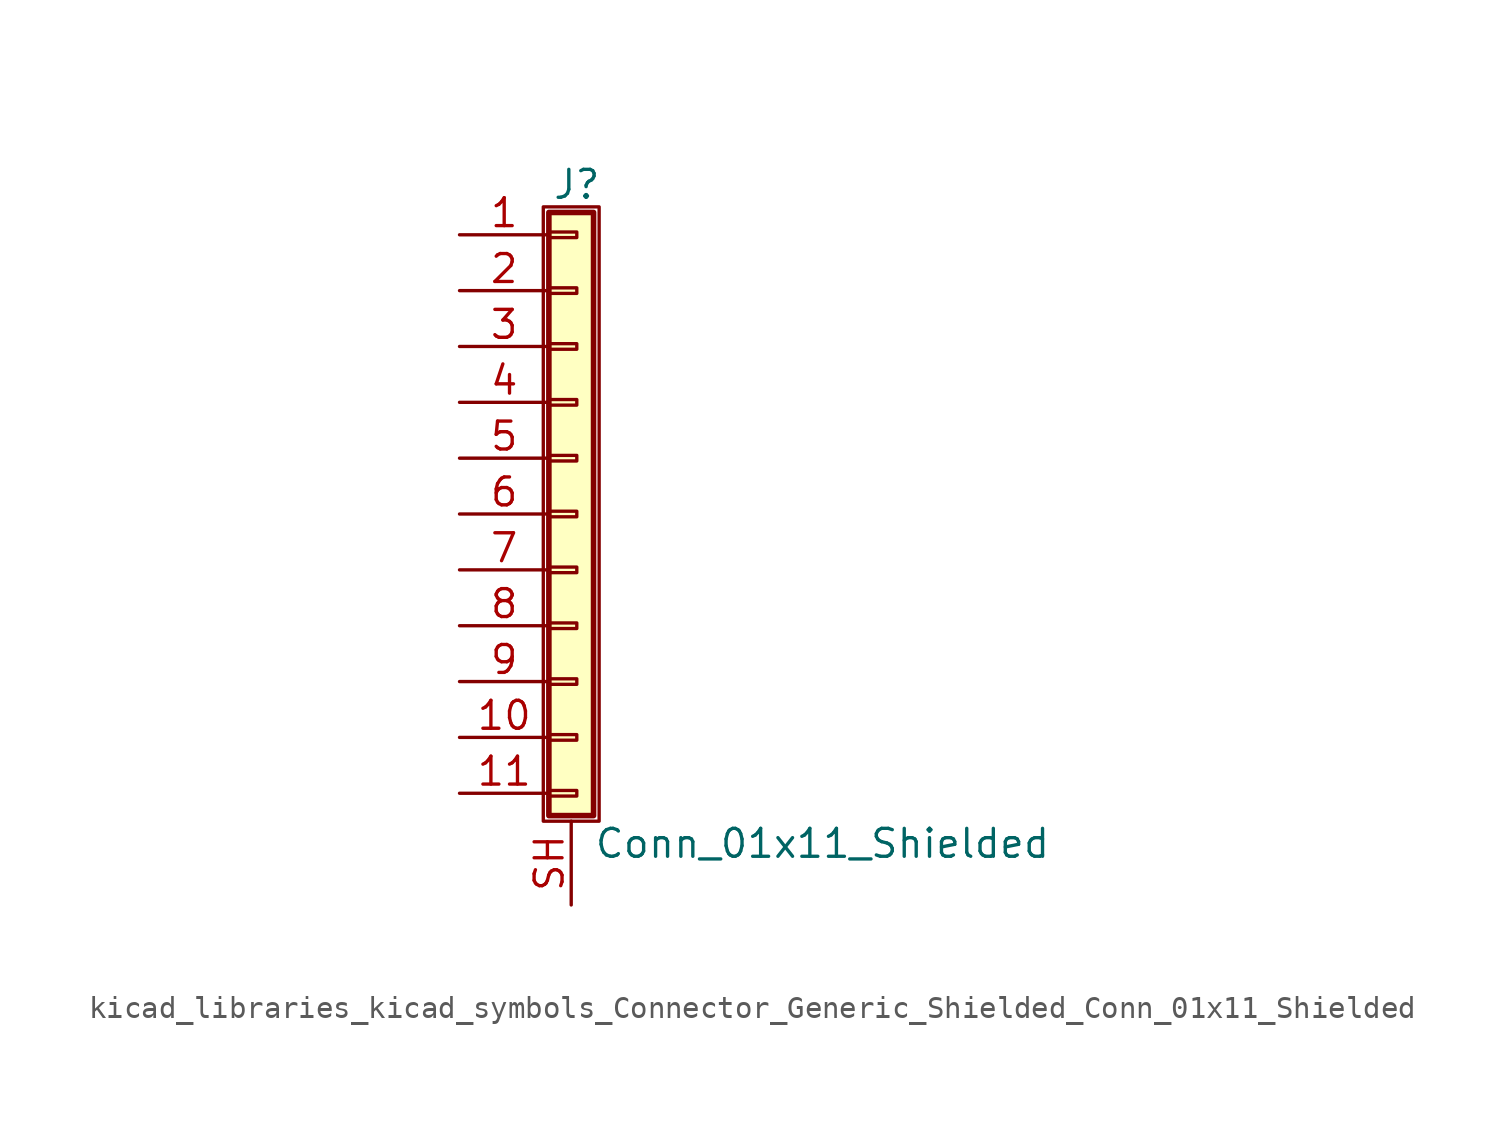
<source format=kicad_sym>
(kicad_symbol_lib
  (version 20220914)
  (generator kicad_symbol_editor)
  (symbol "kicad_libraries_kicad_symbols_Connector_Generic_Shielded_Conn_01x11_Shielded"
    (pin_names
      (offset 1.016) hide)
    (property "Reference" "J"
      (at 0.254 14.986 0)
      (effects (font (size 1.27 1.27))))
    (property "Value" "Conn_01x11_Shielded"
      (at 1.016 -14.986 0)
      (effects (font (size 1.27 1.27)) (justify left)))
    (symbol "kicad_libraries_kicad_symbols_Connector_Generic_Shielded_Conn_01x11_Shielded_1_1"
      (rectangle (start -1.27 13.97) (end 1.27 -13.97) (stroke (width 0.152) (type default)) (fill (type none)))
      (rectangle (start -1.016 -12.573) (end 0.254 -12.827) (stroke (width 0.152) (type default)) (fill (type none)))
      (rectangle (start -1.016 -10.033) (end 0.254 -10.287) (stroke (width 0.152) (type default)) (fill (type none)))
      (rectangle (start -1.016 -7.493) (end 0.254 -7.747) (stroke (width 0.152) (type default)) (fill (type none)))
      (rectangle (start -1.016 -4.953) (end 0.254 -5.207) (stroke (width 0.152) (type default)) (fill (type none)))
      (rectangle (start -1.016 -2.413) (end 0.254 -2.667) (stroke (width 0.152) (type default)) (fill (type none)))
      (rectangle (start -1.016 0.127) (end 0.254 -0.127) (stroke (width 0.152) (type default)) (fill (type none)))
      (rectangle (start -1.016 2.667) (end 0.254 2.413) (stroke (width 0.152) (type default)) (fill (type none)))
      (rectangle (start -1.016 5.207) (end 0.254 4.953) (stroke (width 0.152) (type default)) (fill (type none)))
      (rectangle (start -1.016 7.747) (end 0.254 7.493) (stroke (width 0.152) (type default)) (fill (type none)))
      (rectangle (start -1.016 10.287) (end 0.254 10.033) (stroke (width 0.152) (type default)) (fill (type none)))
      (rectangle (start -1.016 12.827) (end 0.254 12.573) (stroke (width 0.152) (type default)) (fill (type none)))
      (rectangle (start -1.016 13.716) (end 1.016 -13.716) (stroke (width 0.254) (type default)) (fill (type background)))
      (pin passive line (at -5.08 12.7 0) (length 4.064) (name "Pin_1" (effects (font (size 1.27 1.27)))) (number "1" (effects (font (size 1.27 1.27)))))
      (pin passive line (at -5.08 -10.16 0) (length 4.064) (name "Pin_10" (effects (font (size 1.27 1.27)))) (number "10" (effects (font (size 1.27 1.27)))))
      (pin passive line (at -5.08 -12.7 0) (length 4.064) (name "Pin_11" (effects (font (size 1.27 1.27)))) (number "11" (effects (font (size 1.27 1.27)))))
      (pin passive line (at -5.08 10.16 0) (length 4.064) (name "Pin_2" (effects (font (size 1.27 1.27)))) (number "2" (effects (font (size 1.27 1.27)))))
      (pin passive line (at -5.08 7.62 0) (length 4.064) (name "Pin_3" (effects (font (size 1.27 1.27)))) (number "3" (effects (font (size 1.27 1.27)))))
      (pin passive line (at -5.08 5.08 0) (length 4.064) (name "Pin_4" (effects (font (size 1.27 1.27)))) (number "4" (effects (font (size 1.27 1.27)))))
      (pin passive line (at -5.08 2.54 0) (length 4.064) (name "Pin_5" (effects (font (size 1.27 1.27)))) (number "5" (effects (font (size 1.27 1.27)))))
      (pin passive line (at -5.08 0 0) (length 4.064) (name "Pin_6" (effects (font (size 1.27 1.27)))) (number "6" (effects (font (size 1.27 1.27)))))
      (pin passive line (at -5.08 -2.54 0) (length 4.064) (name "Pin_7" (effects (font (size 1.27 1.27)))) (number "7" (effects (font (size 1.27 1.27)))))
      (pin passive line (at -5.08 -5.08 0) (length 4.064) (name "Pin_8" (effects (font (size 1.27 1.27)))) (number "8" (effects (font (size 1.27 1.27)))))
      (pin passive line (at -5.08 -7.62 0) (length 4.064) (name "Pin_9" (effects (font (size 1.27 1.27)))) (number "9" (effects (font (size 1.27 1.27)))))
      (pin passive line (at 0 -17.78 90) (length 3.81) (name "Shield" (effects (font (size 1.27 1.27)))) (number "SH" (effects (font (size 1.27 1.27))))))))
</source>
